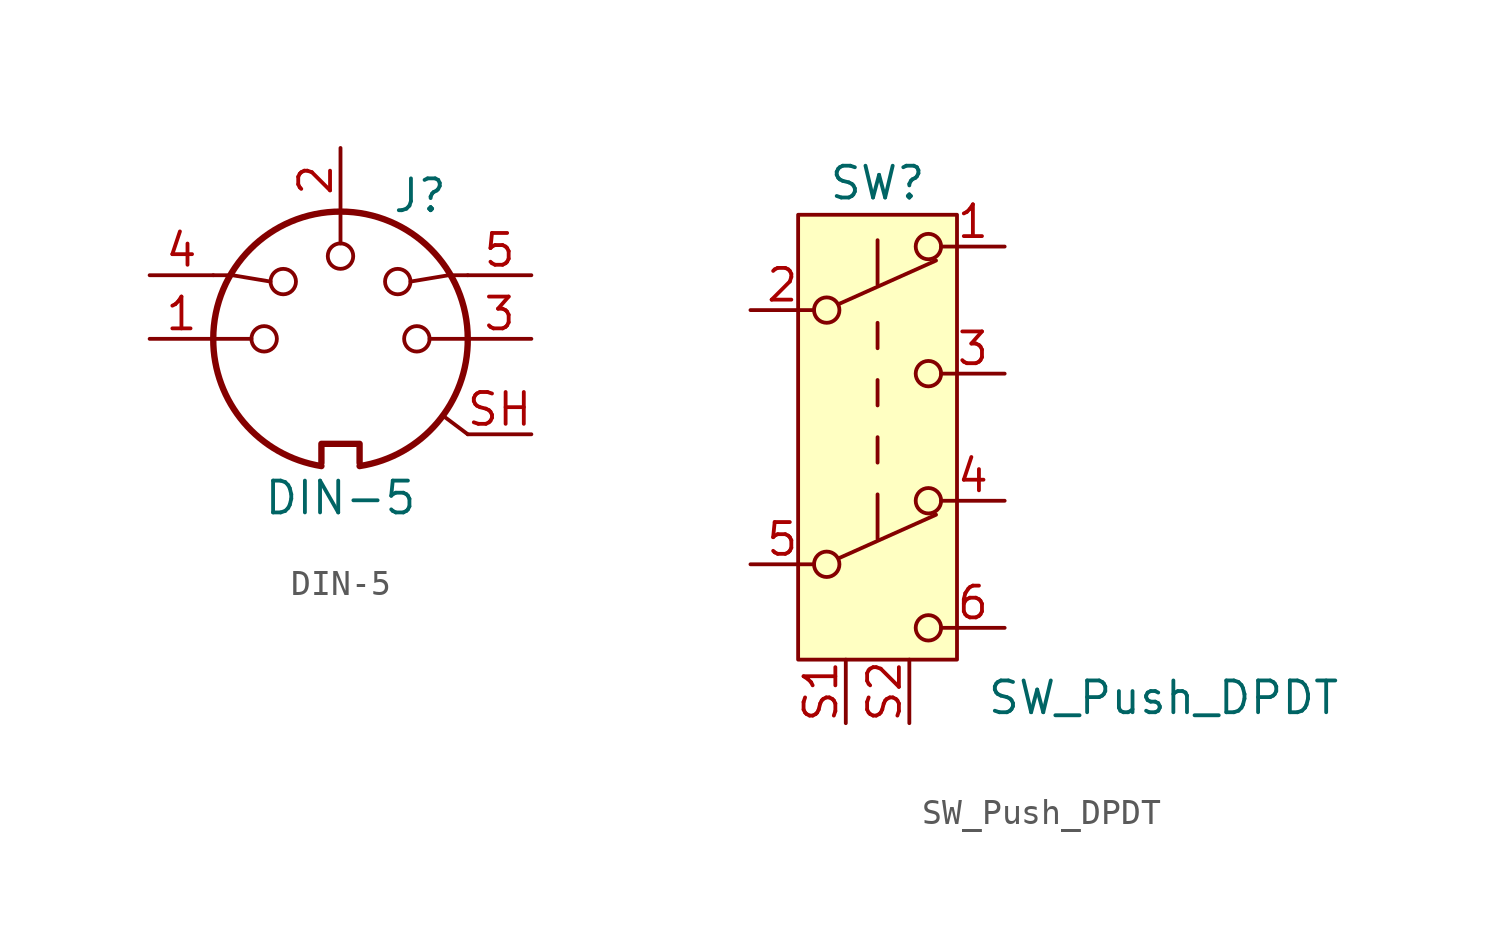
<source format=kicad_sym>
(kicad_symbol_lib
  (version 20231120)
  (generator "kicad_symbol_editor")
  (generator_version "8.0")
  (symbol "DIN-5"
    (pin_names
      (offset 1.016))
    (property "Reference" "J"
      (at 3.175 5.715 0)
      (effects (font (size 1.27 1.27))))
    (property "Value" "DIN-5"
      (at 0 -6.35 0)
      (effects (font (size 1.27 1.27))))
    (symbol "DIN-5_0_1"
      (arc (start -5.08 0) (mid -3.8609 -3.3364) (end -0.762 -5.08) (stroke (width 0.254) (type default)) (fill (type none)))
      (circle (center -3.048 0) (radius 0.508) (stroke (width 0) (type default)) (fill (type none)))
      (circle (center -2.286 2.286) (radius 0.508) (stroke (width 0) (type default)) (fill (type none)))
      (polyline (pts (xy -5.08 0) (xy -3.556 0)) (stroke (width 0) (type default)) (fill (type none)))
      (polyline (pts (xy 0 5.08) (xy 0 3.81)) (stroke (width 0) (type default)) (fill (type none)))
      (polyline (pts (xy 5.08 -3.81) (xy 4.064 -3.048)) (stroke (width 0) (type default)) (fill (type none)))
      (polyline (pts (xy 5.08 0) (xy 3.556 0)) (stroke (width 0) (type default)) (fill (type none)))
      (polyline (pts (xy -5.08 2.54) (xy -4.318 2.54) (xy -2.794 2.286)) (stroke (width 0) (type default)) (fill (type none)))
      (polyline (pts (xy 5.08 2.54) (xy 4.318 2.54) (xy 2.794 2.286)) (stroke (width 0) (type default)) (fill (type none)))
      (polyline (pts (xy -0.762 -4.953) (xy -0.762 -4.191) (xy 0.762 -4.191) (xy 0.762 -4.953)) (stroke (width 0.254) (type default)) (fill (type none)))
      (circle (center 0 3.302) (radius 0.508) (stroke (width 0) (type default)) (fill (type none)))
      (arc (start 0.762 -5.08) (mid 3.8685 -3.343) (end 5.08 0) (stroke (width 0.254) (type default)) (fill (type none)))
      (circle (center 2.286 2.286) (radius 0.508) (stroke (width 0) (type default)) (fill (type none)))
      (circle (center 3.048 0) (radius 0.508) (stroke (width 0) (type default)) (fill (type none)))
      (arc (start 5.08 0) (mid 0 5.0579) (end -5.08 0) (stroke (width 0.254) (type default)) (fill (type none))))
    (symbol "DIN-5_1_1"
      (pin passive line (at -7.62 0 0) (length 2.54) (name "~" (effects (font (size 1.27 1.27)))) (number "1" (effects (font (size 1.27 1.27)))))
      (pin passive line (at 0 7.62 270) (length 2.54) (name "~" (effects (font (size 1.27 1.27)))) (number "2" (effects (font (size 1.27 1.27)))))
      (pin passive line (at 7.62 0 180) (length 2.54) (name "~" (effects (font (size 1.27 1.27)))) (number "3" (effects (font (size 1.27 1.27)))))
      (pin passive line (at -7.62 2.54 0) (length 2.54) (name "~" (effects (font (size 1.27 1.27)))) (number "4" (effects (font (size 1.27 1.27)))))
      (pin passive line (at 7.62 2.54 180) (length 2.54) (name "~" (effects (font (size 1.27 1.27)))) (number "5" (effects (font (size 1.27 1.27)))))
      (pin passive line (at 7.62 -3.81 180) (length 2.54) (name "~" (effects (font (size 1.27 1.27)))) (number "SH" (effects (font (size 1.27 1.27)))))))
  (symbol "SW_Push_DPDT"
    (pin_names
      (offset 0) hide)
    (property "Reference" "SW"
      (at 0 10.16 0)
      (effects (font (size 1.27 1.27))))
    (property "Value" "SW_Push_DPDT"
      (at 11.43 -10.414 0)
      (effects (font (size 1.27 1.27))))
    (symbol "SW_Push_DPDT_0_0"
      (circle (center -2.032 -5.08) (radius 0.508) (stroke (width 0) (type default)) (fill (type none)))
      (circle (center -2.032 5.08) (radius 0.508) (stroke (width 0) (type default)) (fill (type none)))
      (circle (center 2.032 -7.62) (radius 0.508) (stroke (width 0) (type default)) (fill (type none)))
      (circle (center 2.032 2.54) (radius 0.508) (stroke (width 0) (type default)) (fill (type none))))
    (symbol "SW_Push_DPDT_0_1"
      (polyline (pts (xy -1.524 -4.826) (xy 2.337 -3.099)) (stroke (width 0) (type default)) (fill (type none)))
      (polyline (pts (xy -1.524 5.334) (xy 2.337 7.061)) (stroke (width 0) (type default)) (fill (type none)))
      (polyline (pts (xy 0 -2.286) (xy 0 -4.064)) (stroke (width 0) (type default)) (fill (type none)))
      (polyline (pts (xy 0 -1.016) (xy 0 0)) (stroke (width 0) (type default)) (fill (type none)))
      (polyline (pts (xy 0 1.27) (xy 0 2.286)) (stroke (width 0) (type default)) (fill (type none)))
      (polyline (pts (xy 0 3.556) (xy 0 4.572)) (stroke (width 0) (type default)) (fill (type none)))
      (polyline (pts (xy 0 7.874) (xy 0 6.096)) (stroke (width 0) (type default)) (fill (type none)))
      (circle (center 2.032 -2.54) (radius 0.508) (stroke (width 0) (type default)) (fill (type none)))
      (circle (center 2.032 7.62) (radius 0.508) (stroke (width 0) (type default)) (fill (type none))))
    (symbol "SW_Push_DPDT_1_1"
      (rectangle (start -3.175 8.89) (end 3.175 -8.89) (stroke (width 0) (type default)) (fill (type background)))
      (pin passive line (at 5.08 7.62 180) (length 2.54) (name "A" (effects (font (size 1.27 1.27)))) (number "1" (effects (font (size 1.27 1.27)))))
      (pin passive line (at -5.08 5.08 0) (length 2.54) (name "B" (effects (font (size 1.27 1.27)))) (number "2" (effects (font (size 1.27 1.27)))))
      (pin passive line (at 5.08 2.54 180) (length 2.54) (name "C" (effects (font (size 1.27 1.27)))) (number "3" (effects (font (size 1.27 1.27)))))
      (pin passive line (at 5.08 -2.54 180) (length 2.54) (name "A" (effects (font (size 1.27 1.27)))) (number "4" (effects (font (size 1.27 1.27)))))
      (pin passive line (at -5.08 -5.08 0) (length 2.54) (name "B" (effects (font (size 1.27 1.27)))) (number "5" (effects (font (size 1.27 1.27)))))
      (pin passive line (at 5.08 -7.62 180) (length 2.54) (name "C" (effects (font (size 1.27 1.27)))) (number "6" (effects (font (size 1.27 1.27)))))
      (pin passive line (at -1.27 -11.43 90) (length 2.54) (name "S1" (effects (font (size 1.27 1.27)))) (number "S1" (effects (font (size 1.27 1.27)))))
      (pin passive line (at 1.27 -11.43 90) (length 2.54) (name "S2" (effects (font (size 1.27 1.27)))) (number "S2" (effects (font (size 1.27 1.27))))))))
</source>
